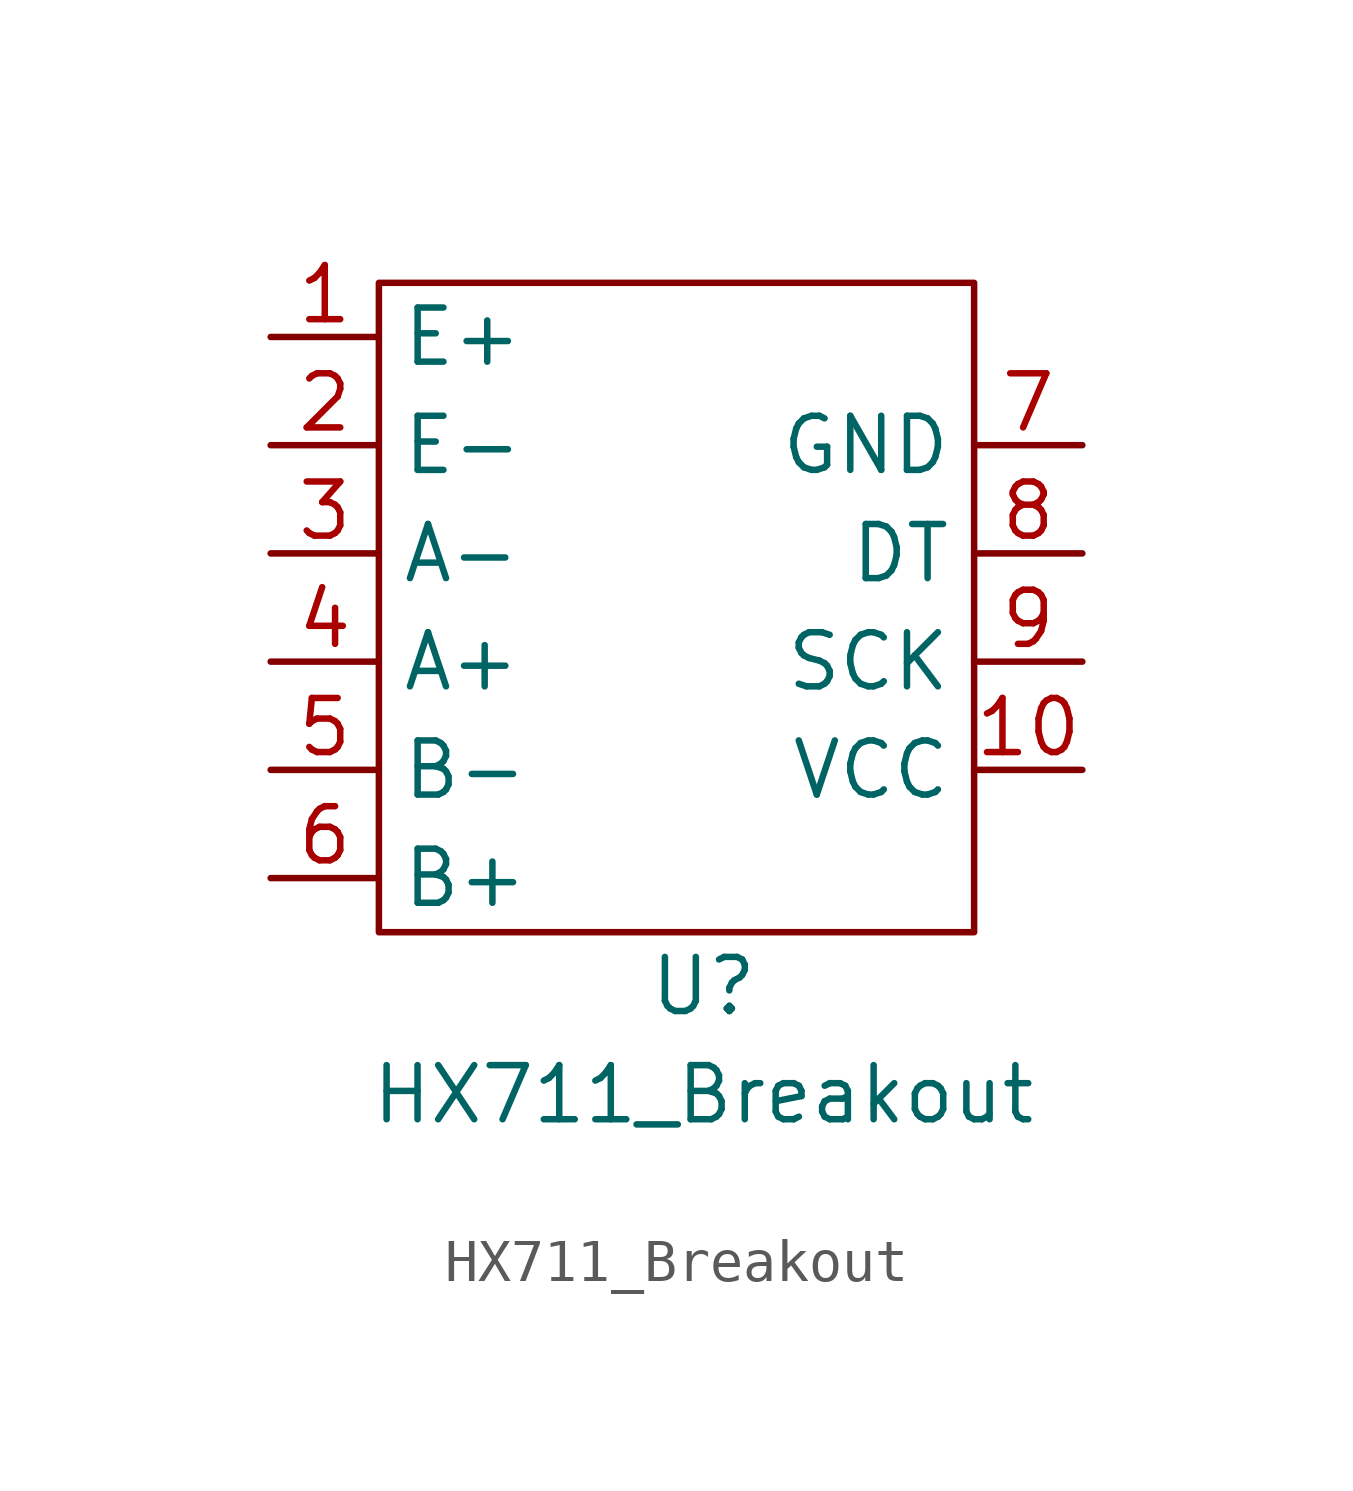
<source format=kicad_sym>
(kicad_symbol_lib
  (version 20211014)
  (generator kicad_symbol_editor)
  (symbol "HX711_Breakout"
    (property "Reference" "U"
      (at -1.27 -5.08 0)
      (effects (font (size 1.27 1.27))))
    (property "Value" "HX711_Breakout"
      (at -1.27 -7.62 0)
      (effects (font (size 1.27 1.27))))
    (symbol "HX711_Breakout_0_1"
      (rectangle (start -8.89 11.43) (end 5.08 -3.81) (stroke (width 0) (type default) (color 0 0 0 0)) (fill (type none))))
    (symbol "HX711_Breakout_1_1"
      (pin output line (at -11.43 10.16 0) (length 2.54) (name "E+" (effects (font (size 1.27 1.27)))) (number "1" (effects (font (size 1.27 1.27)))))
      (pin input line (at 7.62 0 180) (length 2.54) (name "VCC" (effects (font (size 1.27 1.27)))) (number "10" (effects (font (size 1.27 1.27)))))
      (pin output line (at -11.43 7.62 0) (length 2.54) (name "E-" (effects (font (size 1.27 1.27)))) (number "2" (effects (font (size 1.27 1.27)))))
      (pin output line (at -11.43 5.08 0) (length 2.54) (name "A-" (effects (font (size 1.27 1.27)))) (number "3" (effects (font (size 1.27 1.27)))))
      (pin output line (at -11.43 2.54 0) (length 2.54) (name "A+" (effects (font (size 1.27 1.27)))) (number "4" (effects (font (size 1.27 1.27)))))
      (pin output line (at -11.43 0 0) (length 2.54) (name "B-" (effects (font (size 1.27 1.27)))) (number "5" (effects (font (size 1.27 1.27)))))
      (pin output line (at -11.43 -2.54 0) (length 2.54) (name "B+" (effects (font (size 1.27 1.27)))) (number "6" (effects (font (size 1.27 1.27)))))
      (pin input line (at 7.62 7.62 180) (length 2.54) (name "GND" (effects (font (size 1.27 1.27)))) (number "7" (effects (font (size 1.27 1.27)))))
      (pin input line (at 7.62 5.08 180) (length 2.54) (name "DT" (effects (font (size 1.27 1.27)))) (number "8" (effects (font (size 1.27 1.27)))))
      (pin input line (at 7.62 2.54 180) (length 2.54) (name "SCK" (effects (font (size 1.27 1.27)))) (number "9" (effects (font (size 1.27 1.27))))))))
</source>
